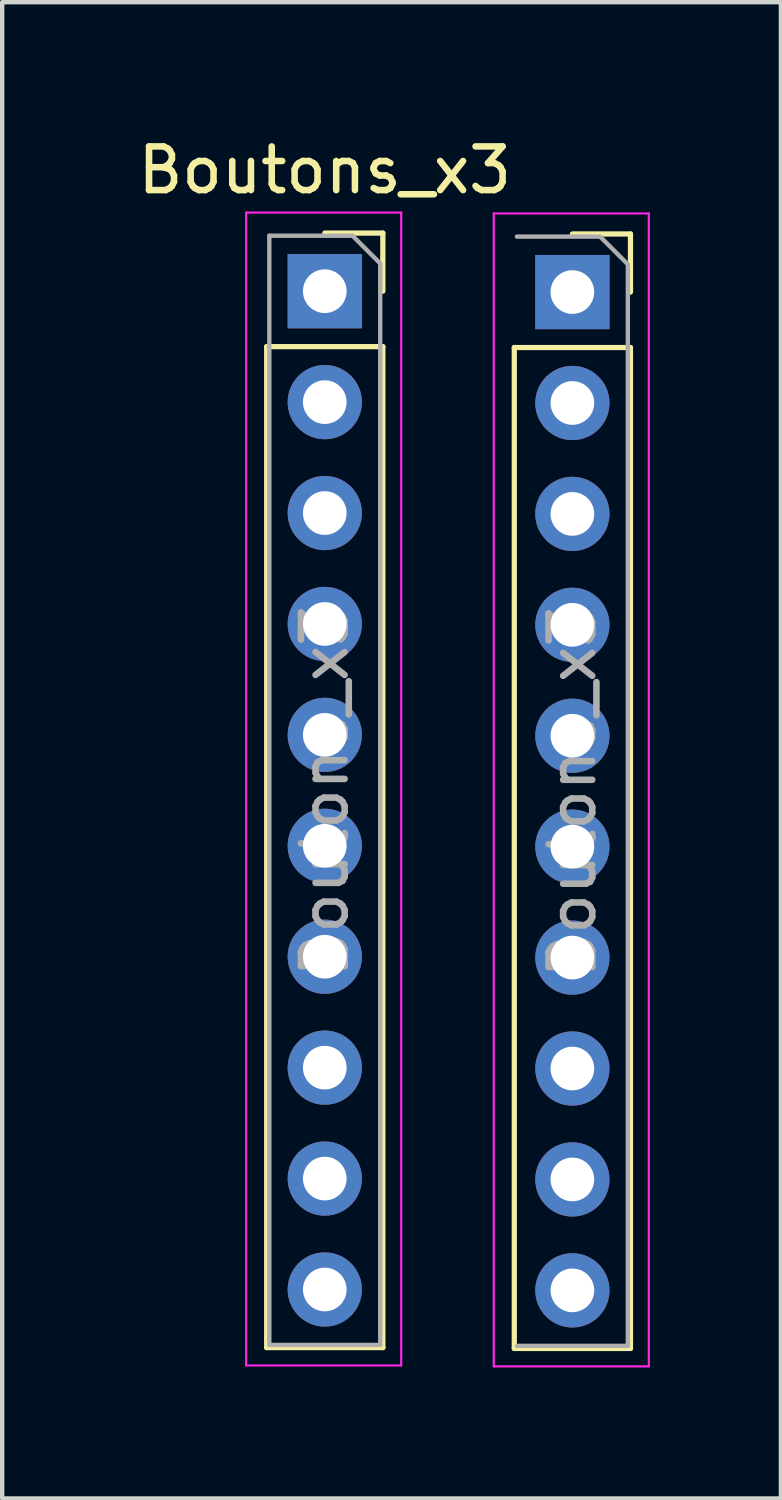
<source format=kicad_pcb>
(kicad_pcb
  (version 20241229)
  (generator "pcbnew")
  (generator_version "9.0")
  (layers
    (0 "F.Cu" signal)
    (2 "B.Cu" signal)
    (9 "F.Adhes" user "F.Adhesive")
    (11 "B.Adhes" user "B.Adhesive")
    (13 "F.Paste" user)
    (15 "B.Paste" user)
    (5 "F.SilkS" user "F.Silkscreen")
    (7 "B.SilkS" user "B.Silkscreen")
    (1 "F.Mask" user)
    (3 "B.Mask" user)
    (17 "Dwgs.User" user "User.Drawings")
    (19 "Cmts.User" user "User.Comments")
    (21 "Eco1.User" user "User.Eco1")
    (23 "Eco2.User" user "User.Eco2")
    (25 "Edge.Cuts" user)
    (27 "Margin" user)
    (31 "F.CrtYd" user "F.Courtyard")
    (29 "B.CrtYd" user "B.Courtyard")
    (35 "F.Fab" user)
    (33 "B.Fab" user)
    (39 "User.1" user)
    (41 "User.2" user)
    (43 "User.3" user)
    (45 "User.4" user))
  (footprint "Boutons_x3"
    (layer "F.Cu")
    (at 4.657 3.618)
    (property "Reference" "Boutons_x3" (at -0.27 -2.77 0) (layer "F.SilkS") (effects (font (size 1 1) (thickness 0.15))))
    (attr through_hole)
    (fp_line (start -1.6 1.27) (end -1.6 24.19) (stroke (width 0.12) (type solid)) (layer "F.SilkS"))
    (fp_line (start -1.6 1.27) (end 1.06 1.27) (stroke (width 0.12) (type solid)) (layer "F.SilkS"))
    (fp_line (start -1.6 24.19) (end 1.06 24.19) (stroke (width 0.12) (type solid)) (layer "F.SilkS"))
    (fp_line (start -0.27 -1.33) (end 1.06 -1.33) (stroke (width 0.12) (type solid)) (layer "F.SilkS"))
    (fp_line (start 1.06 -1.33) (end 1.06 0) (stroke (width 0.12) (type solid)) (layer "F.SilkS"))
    (fp_line (start 1.06 1.27) (end 1.06 24.19) (stroke (width 0.12) (type solid)) (layer "F.SilkS"))
    (fp_line (start 4.07 1.29) (end 4.07 24.21) (stroke (width 0.12) (type solid)) (layer "F.SilkS"))
    (fp_line (start 4.07 1.29) (end 6.73 1.29) (stroke (width 0.12) (type solid)) (layer "F.SilkS"))
    (fp_line (start 4.07 24.21) (end 6.73 24.21) (stroke (width 0.12) (type solid)) (layer "F.SilkS"))
    (fp_line (start 5.4 -1.31) (end 6.73 -1.31) (stroke (width 0.12) (type solid)) (layer "F.SilkS"))
    (fp_line (start 6.73 -1.31) (end 6.73 0.02) (stroke (width 0.12) (type solid)) (layer "F.SilkS"))
    (fp_line (start 6.73 1.29) (end 6.73 24.21) (stroke (width 0.12) (type solid)) (layer "F.SilkS"))
    (fp_line (start -2.07 -1.8) (end 1.48 -1.8) (stroke (width 0.05) (type solid)) (layer "F.CrtYd"))
    (fp_line (start -2.07 24.6) (end -2.07 -1.8) (stroke (width 0.05) (type solid)) (layer "F.CrtYd"))
    (fp_line (start 1.48 -1.8) (end 1.48 24.6) (stroke (width 0.05) (type solid)) (layer "F.CrtYd"))
    (fp_line (start 1.48 24.6) (end -2.07 24.6) (stroke (width 0.05) (type solid)) (layer "F.CrtYd"))
    (fp_line (start 3.6 -1.78) (end 7.15 -1.78) (stroke (width 0.05) (type solid)) (layer "F.CrtYd"))
    (fp_line (start 3.6 24.62) (end 3.6 -1.78) (stroke (width 0.05) (type solid)) (layer "F.CrtYd"))
    (fp_line (start 7.15 -1.78) (end 7.15 24.62) (stroke (width 0.05) (type solid)) (layer "F.CrtYd"))
    (fp_line (start 7.15 24.62) (end 3.6 24.62) (stroke (width 0.05) (type solid)) (layer "F.CrtYd"))
    (fp_line (start -1.54 -1.27) (end 0.365 -1.27) (stroke (width 0.1) (type solid)) (layer "F.Fab"))
    (fp_line (start -1.54 24.13) (end -1.54 -1.27) (stroke (width 0.1) (type solid)) (layer "F.Fab"))
    (fp_line (start 0.365 -1.27) (end 1 -0.635) (stroke (width 0.1) (type solid)) (layer "F.Fab"))
    (fp_line (start 1 -0.635) (end 1 24.13) (stroke (width 0.1) (type solid)) (layer "F.Fab"))
    (fp_line (start 1 24.13) (end -1.54 24.13) (stroke (width 0.1) (type solid)) (layer "F.Fab"))
    (fp_line (start 4.13 -1.25) (end 6.035 -1.25) (stroke (width 0.1) (type solid)) (layer "F.Fab"))
    (fp_line (start 6.035 -1.25) (end 6.67 -0.615) (stroke (width 0.1) (type solid)) (layer "F.Fab"))
    (fp_line (start 6.67 -0.615) (end 6.67 24.15) (stroke (width 0.1) (type solid)) (layer "F.Fab"))
    (fp_line (start 6.67 24.15) (end 4.13 24.15) (stroke (width 0.1) (type solid)) (layer "F.Fab"))
    (fp_text user "${REFERENCE}" (at -0.27 11.43 90) (layer "F.Fab") (effects (font (size 1 1) (thickness 0.15))))
    (fp_text user "${REFERENCE}" (at 5.4 11.45 90) (layer "F.Fab") (effects (font (size 1 1) (thickness 0.15))))
    (pad "1" thru_hole rect (at -0.27 0) (size 1.7 1.7) (drill 1) (layers "*.Cu" "*.Mask"))
    (pad "1" thru_hole rect (at 5.4 0.02) (size 1.7 1.7) (drill 1) (layers "*.Cu" "*.Mask"))
    (pad "2" thru_hole oval (at -0.27 2.54) (size 1.7 1.7) (drill 1) (layers "*.Cu" "*.Mask"))
    (pad "2" thru_hole oval (at 5.4 2.56) (size 1.7 1.7) (drill 1) (layers "*.Cu" "*.Mask"))
    (pad "3" thru_hole oval (at -0.27 5.08) (size 1.7 1.7) (drill 1) (layers "*.Cu" "*.Mask"))
    (pad "3" thru_hole oval (at 5.4 5.1) (size 1.7 1.7) (drill 1) (layers "*.Cu" "*.Mask"))
    (pad "4" thru_hole oval (at -0.27 7.62) (size 1.7 1.7) (drill 1) (layers "*.Cu" "*.Mask"))
    (pad "4" thru_hole oval (at 5.4 7.64) (size 1.7 1.7) (drill 1) (layers "*.Cu" "*.Mask"))
    (pad "5" thru_hole oval (at -0.27 10.16) (size 1.7 1.7) (drill 1) (layers "*.Cu" "*.Mask"))
    (pad "5" thru_hole oval (at 5.4 10.18) (size 1.7 1.7) (drill 1) (layers "*.Cu" "*.Mask"))
    (pad "6" thru_hole oval (at -0.27 12.7) (size 1.7 1.7) (drill 1) (layers "*.Cu" "*.Mask"))
    (pad "6" thru_hole oval (at 5.4 12.72) (size 1.7 1.7) (drill 1) (layers "*.Cu" "*.Mask"))
    (pad "7" thru_hole oval (at -0.27 15.24) (size 1.7 1.7) (drill 1) (layers "*.Cu" "*.Mask"))
    (pad "7" thru_hole oval (at 5.4 15.26) (size 1.7 1.7) (drill 1) (layers "*.Cu" "*.Mask"))
    (pad "8" thru_hole oval (at -0.27 17.78) (size 1.7 1.7) (drill 1) (layers "*.Cu" "*.Mask"))
    (pad "8" thru_hole oval (at 5.4 17.8) (size 1.7 1.7) (drill 1) (layers "*.Cu" "*.Mask"))
    (pad "9" thru_hole oval (at -0.27 20.32) (size 1.7 1.7) (drill 1) (layers "*.Cu" "*.Mask"))
    (pad "9" thru_hole oval (at 5.4 20.34) (size 1.7 1.7) (drill 1) (layers "*.Cu" "*.Mask"))
    (pad "10" thru_hole oval (at -0.27 22.86) (size 1.7 1.7) (drill 1) (layers "*.Cu" "*.Mask"))
    (pad "10" thru_hole oval (at 5.4 22.88) (size 1.7 1.7) (drill 1) (layers "*.Cu" "*.Mask")))
  (gr_rect
    (start -3 -3)
    (end 14.832 31.263)
    (stroke (width 0.1) (type default))
    (fill no)
    (layer "Edge.Cuts")))
</source>
